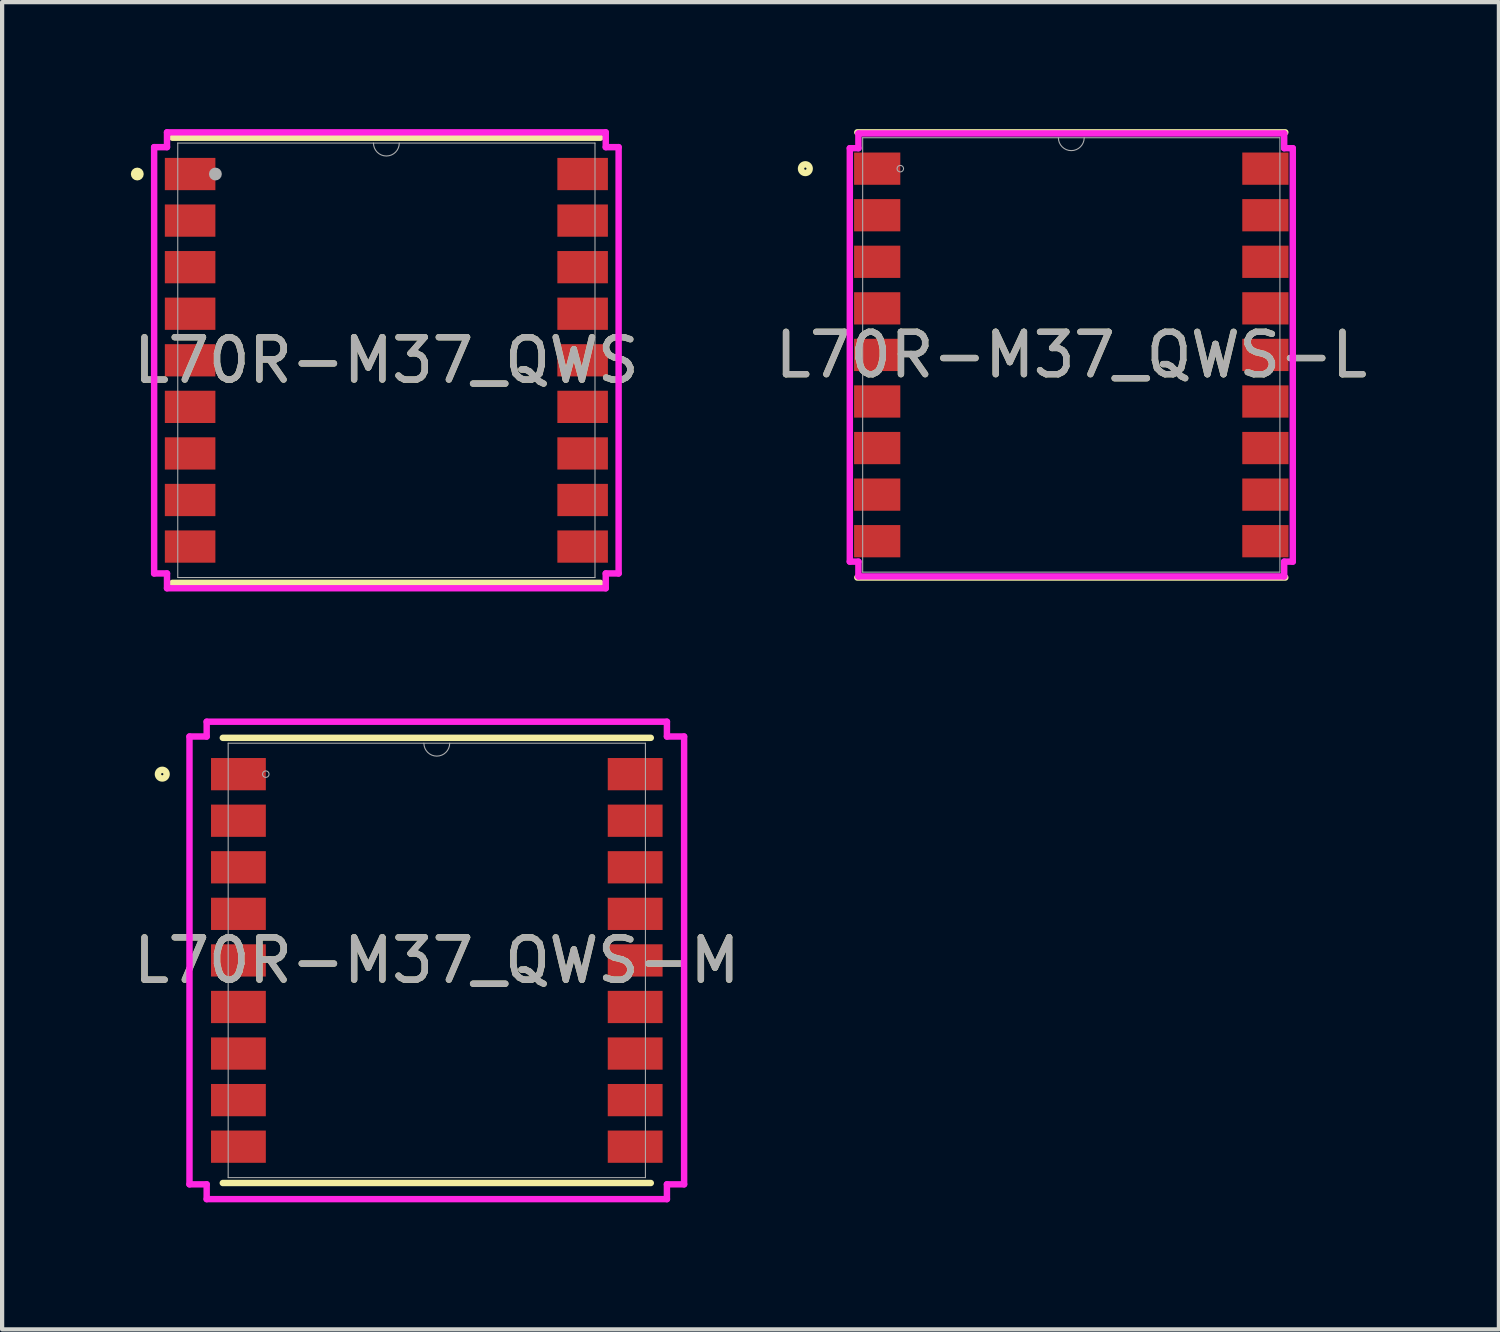
<source format=kicad_pcb>
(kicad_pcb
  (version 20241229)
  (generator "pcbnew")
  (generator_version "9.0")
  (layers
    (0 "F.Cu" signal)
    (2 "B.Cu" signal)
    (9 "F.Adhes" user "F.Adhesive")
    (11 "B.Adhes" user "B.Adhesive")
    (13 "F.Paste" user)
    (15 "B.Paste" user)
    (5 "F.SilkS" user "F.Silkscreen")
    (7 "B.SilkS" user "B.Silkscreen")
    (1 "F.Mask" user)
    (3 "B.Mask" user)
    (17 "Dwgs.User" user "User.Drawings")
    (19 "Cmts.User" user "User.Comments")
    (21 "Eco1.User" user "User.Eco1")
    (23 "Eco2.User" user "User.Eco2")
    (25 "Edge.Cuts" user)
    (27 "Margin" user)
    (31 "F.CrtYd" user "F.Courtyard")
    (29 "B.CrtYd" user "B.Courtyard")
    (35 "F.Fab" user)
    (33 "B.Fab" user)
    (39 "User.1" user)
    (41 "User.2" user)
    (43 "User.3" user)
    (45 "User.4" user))
  (footprint "L70R-M37_QWS-M"
    (layer "F.Cu")
    (at 7.268 19.637)
    (property "Reference" "L70R-M37_QWS-M" (at 0 0 0) (unlocked yes) (layer "F.SilkS") (effects (font (size 1 1) (thickness 0.15))))
    (attr smd)
    (fp_line (start -5.055 5.258) (end 5.055 5.258) (stroke (width 0.152) (type solid)) (layer "F.SilkS"))
    (fp_line (start 5.055 -5.258) (end -5.055 -5.258) (stroke (width 0.152) (type solid)) (layer "F.SilkS"))
    (fp_circle (center -6.485 -4.4) (end -6.383 -4.4) (stroke (width 0.152) (type solid)) (fill no) (layer "F.SilkS"))
    (fp_line (start -5.842 -5.289) (end -5.436 -5.289) (stroke (width 0.152) (type solid)) (layer "F.CrtYd"))
    (fp_line (start -5.842 5.289) (end -5.842 -5.289) (stroke (width 0.152) (type solid)) (layer "F.CrtYd"))
    (fp_line (start -5.842 5.289) (end -5.436 5.289) (stroke (width 0.152) (type solid)) (layer "F.CrtYd"))
    (fp_line (start -5.436 -5.639) (end 5.436 -5.639) (stroke (width 0.152) (type solid)) (layer "F.CrtYd"))
    (fp_line (start -5.436 -5.289) (end -5.436 -5.639) (stroke (width 0.152) (type solid)) (layer "F.CrtYd"))
    (fp_line (start -5.436 5.639) (end -5.436 5.289) (stroke (width 0.152) (type solid)) (layer "F.CrtYd"))
    (fp_line (start 5.436 -5.639) (end 5.436 -5.289) (stroke (width 0.152) (type solid)) (layer "F.CrtYd"))
    (fp_line (start 5.436 5.289) (end 5.436 5.639) (stroke (width 0.152) (type solid)) (layer "F.CrtYd"))
    (fp_line (start 5.436 5.639) (end -5.436 5.639) (stroke (width 0.152) (type solid)) (layer "F.CrtYd"))
    (fp_line (start 5.842 -5.289) (end 5.436 -5.289) (stroke (width 0.152) (type solid)) (layer "F.CrtYd"))
    (fp_line (start 5.842 -5.289) (end 5.842 5.289) (stroke (width 0.152) (type solid)) (layer "F.CrtYd"))
    (fp_line (start 5.842 5.289) (end 5.436 5.289) (stroke (width 0.152) (type solid)) (layer "F.CrtYd"))
    (fp_line (start -4.928 -5.131) (end -4.928 5.131) (stroke (width 0.025) (type solid)) (layer "F.Fab"))
    (fp_line (start -4.928 5.131) (end 4.928 5.131) (stroke (width 0.025) (type solid)) (layer "F.Fab"))
    (fp_line (start 4.928 -5.131) (end -4.928 -5.131) (stroke (width 0.025) (type solid)) (layer "F.Fab"))
    (fp_line (start 4.928 5.131) (end 4.928 -5.131) (stroke (width 0.025) (type solid)) (layer "F.Fab"))
    (fp_arc (start 0.3048 -5.1308) (mid 0 -4.826) (end -0.3048 -5.1308) (stroke (width 0.0254) (type solid)) (layer "F.Fab"))
    (fp_circle (center -4.039 -4.4) (end -3.962 -4.4) (stroke (width 0.025) (type solid)) (fill no) (layer "F.Fab"))
    (fp_text user "${REFERENCE}" (at 0 0 0) (unlocked yes) (layer "F.Fab") (effects (font (size 1 1) (thickness 0.15))))
    (pad "1" smd rect (at -4.686 -4.4) (size 1.295 0.762) (layers "F.Cu" "F.Mask" "F.Paste"))
    (pad "2" smd rect (at -4.686 -3.3) (size 1.295 0.762) (layers "F.Cu" "F.Mask" "F.Paste"))
    (pad "3" smd rect (at -4.686 -2.2) (size 1.295 0.762) (layers "F.Cu" "F.Mask" "F.Paste"))
    (pad "4" smd rect (at -4.686 -1.1) (size 1.295 0.762) (layers "F.Cu" "F.Mask" "F.Paste"))
    (pad "5" smd rect (at -4.686 0) (size 1.295 0.762) (layers "F.Cu" "F.Mask" "F.Paste"))
    (pad "6" smd rect (at -4.686 1.1) (size 1.295 0.762) (layers "F.Cu" "F.Mask" "F.Paste"))
    (pad "7" smd rect (at -4.686 2.2) (size 1.295 0.762) (layers "F.Cu" "F.Mask" "F.Paste"))
    (pad "8" smd rect (at -4.686 3.3) (size 1.295 0.762) (layers "F.Cu" "F.Mask" "F.Paste"))
    (pad "9" smd rect (at -4.686 4.4) (size 1.295 0.762) (layers "F.Cu" "F.Mask" "F.Paste"))
    (pad "10" smd rect (at 4.686 4.4) (size 1.295 0.762) (layers "F.Cu" "F.Mask" "F.Paste"))
    (pad "11" smd rect (at 4.686 3.3) (size 1.295 0.762) (layers "F.Cu" "F.Mask" "F.Paste"))
    (pad "12" smd rect (at 4.686 2.2) (size 1.295 0.762) (layers "F.Cu" "F.Mask" "F.Paste"))
    (pad "13" smd rect (at 4.686 1.1) (size 1.295 0.762) (layers "F.Cu" "F.Mask" "F.Paste"))
    (pad "14" smd rect (at 4.686 0) (size 1.295 0.762) (layers "F.Cu" "F.Mask" "F.Paste"))
    (pad "15" smd rect (at 4.686 -1.1) (size 1.295 0.762) (layers "F.Cu" "F.Mask" "F.Paste"))
    (pad "16" smd rect (at 4.686 -2.2) (size 1.295 0.762) (layers "F.Cu" "F.Mask" "F.Paste"))
    (pad "17" smd rect (at 4.686 -3.3) (size 1.295 0.762) (layers "F.Cu" "F.Mask" "F.Paste"))
    (pad "18" smd rect (at 4.686 -4.4) (size 1.295 0.762) (layers "F.Cu" "F.Mask" "F.Paste")))
  (footprint "L70R-M37_QWS-L"
    (layer "F.Cu")
    (at 22.256 5.334)
    (property "Reference" "L70R-M37_QWS-L" (at 0 0 0) (unlocked yes) (layer "F.SilkS") (effects (font (size 1 1) (thickness 0.15))))
    (attr smd)
    (fp_line (start -5.055 5.258) (end 5.055 5.258) (stroke (width 0.152) (type solid)) (layer "F.SilkS"))
    (fp_line (start 5.055 -5.258) (end -5.055 -5.258) (stroke (width 0.152) (type solid)) (layer "F.SilkS"))
    (fp_circle (center -6.282 -4.4) (end -6.18 -4.4) (stroke (width 0.152) (type solid)) (fill no) (layer "F.SilkS"))
    (fp_line (start -5.232 -4.883) (end -5.029 -4.883) (stroke (width 0.152) (type solid)) (layer "F.CrtYd"))
    (fp_line (start -5.232 4.883) (end -5.232 -4.883) (stroke (width 0.152) (type solid)) (layer "F.CrtYd"))
    (fp_line (start -5.232 4.883) (end -5.029 4.883) (stroke (width 0.152) (type solid)) (layer "F.CrtYd"))
    (fp_line (start -5.029 -5.232) (end 5.029 -5.232) (stroke (width 0.152) (type solid)) (layer "F.CrtYd"))
    (fp_line (start -5.029 -4.883) (end -5.029 -5.232) (stroke (width 0.152) (type solid)) (layer "F.CrtYd"))
    (fp_line (start -5.029 5.232) (end -5.029 4.883) (stroke (width 0.152) (type solid)) (layer "F.CrtYd"))
    (fp_line (start 5.029 -5.232) (end 5.029 -4.883) (stroke (width 0.152) (type solid)) (layer "F.CrtYd"))
    (fp_line (start 5.029 4.883) (end 5.029 5.232) (stroke (width 0.152) (type solid)) (layer "F.CrtYd"))
    (fp_line (start 5.029 5.232) (end -5.029 5.232) (stroke (width 0.152) (type solid)) (layer "F.CrtYd"))
    (fp_line (start 5.232 -4.883) (end 5.029 -4.883) (stroke (width 0.152) (type solid)) (layer "F.CrtYd"))
    (fp_line (start 5.232 -4.883) (end 5.232 4.883) (stroke (width 0.152) (type solid)) (layer "F.CrtYd"))
    (fp_line (start 5.232 4.883) (end 5.029 4.883) (stroke (width 0.152) (type solid)) (layer "F.CrtYd"))
    (fp_line (start -4.928 -5.131) (end -4.928 5.131) (stroke (width 0.025) (type solid)) (layer "F.Fab"))
    (fp_line (start -4.928 5.131) (end 4.928 5.131) (stroke (width 0.025) (type solid)) (layer "F.Fab"))
    (fp_line (start 4.928 -5.131) (end -4.928 -5.131) (stroke (width 0.025) (type solid)) (layer "F.Fab"))
    (fp_line (start 4.928 5.131) (end 4.928 -5.131) (stroke (width 0.025) (type solid)) (layer "F.Fab"))
    (fp_arc (start 0.3048 -5.1308) (mid 0 -4.826) (end -0.3048 -5.1308) (stroke (width 0.0254) (type solid)) (layer "F.Fab"))
    (fp_circle (center -4.039 -4.4) (end -3.962 -4.4) (stroke (width 0.025) (type solid)) (fill no) (layer "F.Fab"))
    (fp_text user "${REFERENCE}" (at 0 0 0) (unlocked yes) (layer "F.Fab") (effects (font (size 1 1) (thickness 0.15))))
    (pad "1" smd rect (at -4.585 -4.4) (size 1.092 0.762) (layers "F.Cu" "F.Mask" "F.Paste"))
    (pad "2" smd rect (at -4.585 -3.3) (size 1.092 0.762) (layers "F.Cu" "F.Mask" "F.Paste"))
    (pad "3" smd rect (at -4.585 -2.2) (size 1.092 0.762) (layers "F.Cu" "F.Mask" "F.Paste"))
    (pad "4" smd rect (at -4.585 -1.1) (size 1.092 0.762) (layers "F.Cu" "F.Mask" "F.Paste"))
    (pad "5" smd rect (at -4.585 0) (size 1.092 0.762) (layers "F.Cu" "F.Mask" "F.Paste"))
    (pad "6" smd rect (at -4.585 1.1) (size 1.092 0.762) (layers "F.Cu" "F.Mask" "F.Paste"))
    (pad "7" smd rect (at -4.585 2.2) (size 1.092 0.762) (layers "F.Cu" "F.Mask" "F.Paste"))
    (pad "8" smd rect (at -4.585 3.3) (size 1.092 0.762) (layers "F.Cu" "F.Mask" "F.Paste"))
    (pad "9" smd rect (at -4.585 4.4) (size 1.092 0.762) (layers "F.Cu" "F.Mask" "F.Paste"))
    (pad "10" smd rect (at 4.585 4.4) (size 1.092 0.762) (layers "F.Cu" "F.Mask" "F.Paste"))
    (pad "11" smd rect (at 4.585 3.3) (size 1.092 0.762) (layers "F.Cu" "F.Mask" "F.Paste"))
    (pad "12" smd rect (at 4.585 2.2) (size 1.092 0.762) (layers "F.Cu" "F.Mask" "F.Paste"))
    (pad "13" smd rect (at 4.585 1.1) (size 1.092 0.762) (layers "F.Cu" "F.Mask" "F.Paste"))
    (pad "14" smd rect (at 4.585 0) (size 1.092 0.762) (layers "F.Cu" "F.Mask" "F.Paste"))
    (pad "15" smd rect (at 4.585 -1.1) (size 1.092 0.762) (layers "F.Cu" "F.Mask" "F.Paste"))
    (pad "16" smd rect (at 4.585 -2.2) (size 1.092 0.762) (layers "F.Cu" "F.Mask" "F.Paste"))
    (pad "17" smd rect (at 4.585 -3.3) (size 1.092 0.762) (layers "F.Cu" "F.Mask" "F.Paste"))
    (pad "18" smd rect (at 4.585 -4.4) (size 1.092 0.762) (layers "F.Cu" "F.Mask" "F.Paste")))
  (footprint "L70R-M37_QWS"
    (layer "F.Cu")
    (at 6.077 5.461)
    (property "Reference" "L70R-M37_QWS" (at 0 0 0) (unlocked yes) (layer "F.SilkS") (effects (font (size 1 1) (thickness 0.15))))
    (attr smd)
    (fp_line (start -5.055 5.258) (end 5.055 5.258) (stroke (width 0.152) (type solid)) (layer "F.SilkS"))
    (fp_line (start 5.055 -5.258) (end -5.055 -5.258) (stroke (width 0.152) (type solid)) (layer "F.SilkS"))
    (fp_circle (center -5.884 -4.4) (end -5.808 -4.4) (stroke (width 0.152) (type solid)) (fill no) (layer "F.SilkS"))
    (fp_line (start -5.486 -5.035) (end -5.182 -5.035) (stroke (width 0.152) (type solid)) (layer "F.CrtYd"))
    (fp_line (start -5.486 5.035) (end -5.486 -5.035) (stroke (width 0.152) (type solid)) (layer "F.CrtYd"))
    (fp_line (start -5.486 5.035) (end -5.182 5.035) (stroke (width 0.152) (type solid)) (layer "F.CrtYd"))
    (fp_line (start -5.182 -5.385) (end 5.182 -5.385) (stroke (width 0.152) (type solid)) (layer "F.CrtYd"))
    (fp_line (start -5.182 -5.035) (end -5.182 -5.385) (stroke (width 0.152) (type solid)) (layer "F.CrtYd"))
    (fp_line (start -5.182 5.385) (end -5.182 5.035) (stroke (width 0.152) (type solid)) (layer "F.CrtYd"))
    (fp_line (start 5.182 -5.385) (end 5.182 -5.035) (stroke (width 0.152) (type solid)) (layer "F.CrtYd"))
    (fp_line (start 5.182 5.035) (end 5.182 5.385) (stroke (width 0.152) (type solid)) (layer "F.CrtYd"))
    (fp_line (start 5.182 5.385) (end -5.182 5.385) (stroke (width 0.152) (type solid)) (layer "F.CrtYd"))
    (fp_line (start 5.486 -5.035) (end 5.182 -5.035) (stroke (width 0.152) (type solid)) (layer "F.CrtYd"))
    (fp_line (start 5.486 -5.035) (end 5.486 5.035) (stroke (width 0.152) (type solid)) (layer "F.CrtYd"))
    (fp_line (start 5.486 5.035) (end 5.182 5.035) (stroke (width 0.152) (type solid)) (layer "F.CrtYd"))
    (fp_line (start -4.928 -5.131) (end -4.928 5.131) (stroke (width 0.025) (type solid)) (layer "F.Fab"))
    (fp_line (start -4.928 5.131) (end 4.928 5.131) (stroke (width 0.025) (type solid)) (layer "F.Fab"))
    (fp_line (start 4.928 -5.131) (end -4.928 -5.131) (stroke (width 0.025) (type solid)) (layer "F.Fab"))
    (fp_line (start 4.928 5.131) (end 4.928 -5.131) (stroke (width 0.025) (type solid)) (layer "F.Fab"))
    (fp_arc (start 0.3048 -5.1308) (mid 0 -4.826) (end -0.3048 -5.1308) (stroke (width 0.0254) (type solid)) (layer "F.Fab"))
    (fp_circle (center -4.039 -4.4) (end -4.039 -4.4) (stroke (width 0.152) (type solid)) (fill no) (layer "F.Fab"))
    (fp_text user "${REFERENCE}" (at 0 0 0) (unlocked yes) (layer "F.Fab") (effects (font (size 1 1) (thickness 0.15))))
    (pad "1" smd rect (at -4.636 -4.4) (size 1.194 0.762) (layers "F.Cu" "F.Mask" "F.Paste"))
    (pad "2" smd rect (at -4.636 -3.3) (size 1.194 0.762) (layers "F.Cu" "F.Mask" "F.Paste"))
    (pad "3" smd rect (at -4.636 -2.2) (size 1.194 0.762) (layers "F.Cu" "F.Mask" "F.Paste"))
    (pad "4" smd rect (at -4.636 -1.1) (size 1.194 0.762) (layers "F.Cu" "F.Mask" "F.Paste"))
    (pad "5" smd rect (at -4.636 0) (size 1.194 0.762) (layers "F.Cu" "F.Mask" "F.Paste"))
    (pad "6" smd rect (at -4.636 1.1) (size 1.194 0.762) (layers "F.Cu" "F.Mask" "F.Paste"))
    (pad "7" smd rect (at -4.636 2.2) (size 1.194 0.762) (layers "F.Cu" "F.Mask" "F.Paste"))
    (pad "8" smd rect (at -4.636 3.3) (size 1.194 0.762) (layers "F.Cu" "F.Mask" "F.Paste"))
    (pad "9" smd rect (at -4.636 4.4) (size 1.194 0.762) (layers "F.Cu" "F.Mask" "F.Paste"))
    (pad "10" smd rect (at 4.636 4.4) (size 1.194 0.762) (layers "F.Cu" "F.Mask" "F.Paste"))
    (pad "11" smd rect (at 4.636 3.3) (size 1.194 0.762) (layers "F.Cu" "F.Mask" "F.Paste"))
    (pad "12" smd rect (at 4.636 2.2) (size 1.194 0.762) (layers "F.Cu" "F.Mask" "F.Paste"))
    (pad "13" smd rect (at 4.636 1.1) (size 1.194 0.762) (layers "F.Cu" "F.Mask" "F.Paste"))
    (pad "14" smd rect (at 4.636 0) (size 1.194 0.762) (layers "F.Cu" "F.Mask" "F.Paste"))
    (pad "15" smd rect (at 4.636 -1.1) (size 1.194 0.762) (layers "F.Cu" "F.Mask" "F.Paste"))
    (pad "16" smd rect (at 4.636 -2.2) (size 1.194 0.762) (layers "F.Cu" "F.Mask" "F.Paste"))
    (pad "17" smd rect (at 4.636 -3.3) (size 1.194 0.762) (layers "F.Cu" "F.Mask" "F.Paste"))
    (pad "18" smd rect (at 4.636 -4.4) (size 1.194 0.762) (layers "F.Cu" "F.Mask" "F.Paste")))
  (gr_rect
    (start -3 -3)
    (end 32.357 28.352)
    (stroke (width 0.1) (type default))
    (fill no)
    (layer "Edge.Cuts")))
</source>
